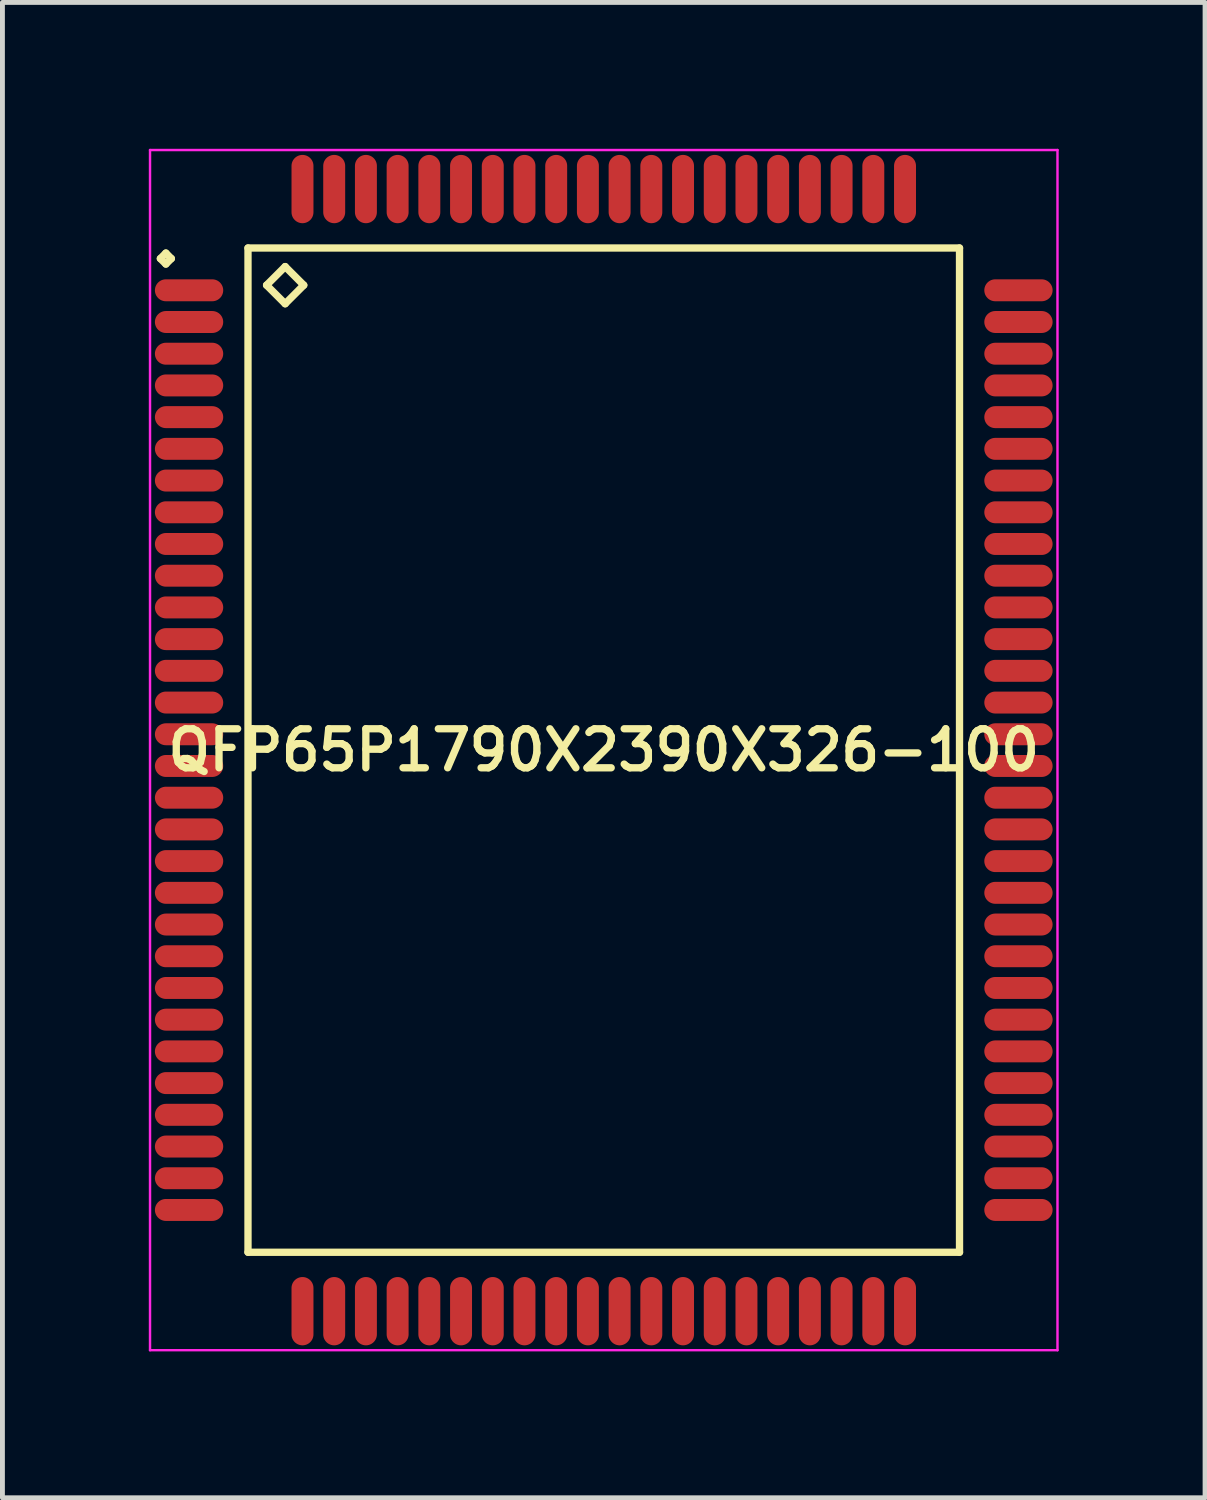
<source format=kicad_pcb>
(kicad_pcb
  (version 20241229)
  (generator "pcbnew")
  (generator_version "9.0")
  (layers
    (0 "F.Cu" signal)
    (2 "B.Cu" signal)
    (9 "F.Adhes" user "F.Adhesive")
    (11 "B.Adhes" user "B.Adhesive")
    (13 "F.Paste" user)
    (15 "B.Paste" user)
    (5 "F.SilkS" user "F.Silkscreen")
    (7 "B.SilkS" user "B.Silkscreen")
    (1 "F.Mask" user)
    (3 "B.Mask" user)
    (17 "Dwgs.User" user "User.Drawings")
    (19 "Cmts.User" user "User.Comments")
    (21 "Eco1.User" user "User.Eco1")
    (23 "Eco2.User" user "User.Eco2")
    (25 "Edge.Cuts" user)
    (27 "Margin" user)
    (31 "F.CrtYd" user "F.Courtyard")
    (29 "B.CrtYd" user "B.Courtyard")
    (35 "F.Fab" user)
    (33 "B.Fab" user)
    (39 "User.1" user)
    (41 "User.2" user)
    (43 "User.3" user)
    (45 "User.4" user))
  (footprint "QFP65P1790X2390X326-100"
    (layer "F.Cu")
    (at 9.325 12.325)
    (property "Reference" "QFP65P1790X2390X326-100" (at 0 0 0) (layer "F.SilkS") (effects (font (size 0.8 0.8) (thickness 0.15))))
    (attr smd)
    (fp_line (start -9.088 -10.075) (end -8.975 -10.188) (stroke (width 0.15) (type solid)) (layer "F.SilkS"))
    (fp_line (start -8.975 -10.188) (end -8.863 -10.075) (stroke (width 0.15) (type solid)) (layer "F.SilkS"))
    (fp_line (start -8.975 -9.963) (end -9.088 -10.075) (stroke (width 0.15) (type solid)) (layer "F.SilkS"))
    (fp_line (start -8.863 -10.075) (end -8.975 -9.963) (stroke (width 0.15) (type solid)) (layer "F.SilkS"))
    (fp_line (start -7.292 -10.292) (end -7.292 10.292) (stroke (width 0.15) (type solid)) (layer "F.SilkS"))
    (fp_line (start -7.292 10.292) (end 7.292 10.292) (stroke (width 0.15) (type solid)) (layer "F.SilkS"))
    (fp_line (start -6.911 -9.53) (end -6.53 -9.911) (stroke (width 0.15) (type solid)) (layer "F.SilkS"))
    (fp_line (start -6.53 -9.911) (end -6.149 -9.53) (stroke (width 0.15) (type solid)) (layer "F.SilkS"))
    (fp_line (start -6.53 -9.149) (end -6.911 -9.53) (stroke (width 0.15) (type solid)) (layer "F.SilkS"))
    (fp_line (start -6.149 -9.53) (end -6.53 -9.149) (stroke (width 0.15) (type solid)) (layer "F.SilkS"))
    (fp_line (start 7.292 -10.292) (end -7.292 -10.292) (stroke (width 0.15) (type solid)) (layer "F.SilkS"))
    (fp_line (start 7.292 10.292) (end 7.292 -10.292) (stroke (width 0.15) (type solid)) (layer "F.SilkS"))
    (fp_line (start -9.3 -12.3) (end 9.3 -12.3) (stroke (width 0.05) (type solid)) (layer "F.CrtYd"))
    (fp_line (start -9.3 12.3) (end -9.3 -12.3) (stroke (width 0.05) (type solid)) (layer "F.CrtYd"))
    (fp_line (start 9.3 -12.3) (end 9.3 12.3) (stroke (width 0.05) (type solid)) (layer "F.CrtYd"))
    (fp_line (start 9.3 12.3) (end -9.3 12.3) (stroke (width 0.05) (type solid)) (layer "F.CrtYd"))
    (pad "1" smd oval (at -8.5 -9.425) (size 1.4 0.45) (layers "F.Cu" "F.Mask" "F.Paste"))
    (pad "2" smd oval (at -8.5 -8.775) (size 1.4 0.45) (layers "F.Cu" "F.Mask" "F.Paste"))
    (pad "3" smd oval (at -8.5 -8.125) (size 1.4 0.45) (layers "F.Cu" "F.Mask" "F.Paste"))
    (pad "4" smd oval (at -8.5 -7.475) (size 1.4 0.45) (layers "F.Cu" "F.Mask" "F.Paste"))
    (pad "5" smd oval (at -8.5 -6.825) (size 1.4 0.45) (layers "F.Cu" "F.Mask" "F.Paste"))
    (pad "6" smd oval (at -8.5 -6.175) (size 1.4 0.45) (layers "F.Cu" "F.Mask" "F.Paste"))
    (pad "7" smd oval (at -8.5 -5.525) (size 1.4 0.45) (layers "F.Cu" "F.Mask" "F.Paste"))
    (pad "8" smd oval (at -8.5 -4.875) (size 1.4 0.45) (layers "F.Cu" "F.Mask" "F.Paste"))
    (pad "9" smd oval (at -8.5 -4.225) (size 1.4 0.45) (layers "F.Cu" "F.Mask" "F.Paste"))
    (pad "10" smd oval (at -8.5 -3.575) (size 1.4 0.45) (layers "F.Cu" "F.Mask" "F.Paste"))
    (pad "11" smd oval (at -8.5 -2.925) (size 1.4 0.45) (layers "F.Cu" "F.Mask" "F.Paste"))
    (pad "12" smd oval (at -8.5 -2.275) (size 1.4 0.45) (layers "F.Cu" "F.Mask" "F.Paste"))
    (pad "13" smd oval (at -8.5 -1.625) (size 1.4 0.45) (layers "F.Cu" "F.Mask" "F.Paste"))
    (pad "14" smd oval (at -8.5 -0.975) (size 1.4 0.45) (layers "F.Cu" "F.Mask" "F.Paste"))
    (pad "15" smd oval (at -8.5 -0.325) (size 1.4 0.45) (layers "F.Cu" "F.Mask" "F.Paste"))
    (pad "16" smd oval (at -8.5 0.325) (size 1.4 0.45) (layers "F.Cu" "F.Mask" "F.Paste"))
    (pad "17" smd oval (at -8.5 0.975) (size 1.4 0.45) (layers "F.Cu" "F.Mask" "F.Paste"))
    (pad "18" smd oval (at -8.5 1.625) (size 1.4 0.45) (layers "F.Cu" "F.Mask" "F.Paste"))
    (pad "19" smd oval (at -8.5 2.275) (size 1.4 0.45) (layers "F.Cu" "F.Mask" "F.Paste"))
    (pad "20" smd oval (at -8.5 2.925) (size 1.4 0.45) (layers "F.Cu" "F.Mask" "F.Paste"))
    (pad "21" smd oval (at -8.5 3.575) (size 1.4 0.45) (layers "F.Cu" "F.Mask" "F.Paste"))
    (pad "22" smd oval (at -8.5 4.225) (size 1.4 0.45) (layers "F.Cu" "F.Mask" "F.Paste"))
    (pad "23" smd oval (at -8.5 4.875) (size 1.4 0.45) (layers "F.Cu" "F.Mask" "F.Paste"))
    (pad "24" smd oval (at -8.5 5.525) (size 1.4 0.45) (layers "F.Cu" "F.Mask" "F.Paste"))
    (pad "25" smd oval (at -8.5 6.175) (size 1.4 0.45) (layers "F.Cu" "F.Mask" "F.Paste"))
    (pad "26" smd oval (at -8.5 6.825) (size 1.4 0.45) (layers "F.Cu" "F.Mask" "F.Paste"))
    (pad "27" smd oval (at -8.5 7.475) (size 1.4 0.45) (layers "F.Cu" "F.Mask" "F.Paste"))
    (pad "28" smd oval (at -8.5 8.125) (size 1.4 0.45) (layers "F.Cu" "F.Mask" "F.Paste"))
    (pad "29" smd oval (at -8.5 8.775) (size 1.4 0.45) (layers "F.Cu" "F.Mask" "F.Paste"))
    (pad "30" smd oval (at -8.5 9.425) (size 1.4 0.45) (layers "F.Cu" "F.Mask" "F.Paste"))
    (pad "31" smd oval (at -6.175 11.5) (size 0.45 1.4) (layers "F.Cu" "F.Mask" "F.Paste"))
    (pad "32" smd oval (at -5.525 11.5) (size 0.45 1.4) (layers "F.Cu" "F.Mask" "F.Paste"))
    (pad "33" smd oval (at -4.875 11.5) (size 0.45 1.4) (layers "F.Cu" "F.Mask" "F.Paste"))
    (pad "34" smd oval (at -4.225 11.5) (size 0.45 1.4) (layers "F.Cu" "F.Mask" "F.Paste"))
    (pad "35" smd oval (at -3.575 11.5) (size 0.45 1.4) (layers "F.Cu" "F.Mask" "F.Paste"))
    (pad "36" smd oval (at -2.925 11.5) (size 0.45 1.4) (layers "F.Cu" "F.Mask" "F.Paste"))
    (pad "37" smd oval (at -2.275 11.5) (size 0.45 1.4) (layers "F.Cu" "F.Mask" "F.Paste"))
    (pad "38" smd oval (at -1.625 11.5) (size 0.45 1.4) (layers "F.Cu" "F.Mask" "F.Paste"))
    (pad "39" smd oval (at -0.975 11.5) (size 0.45 1.4) (layers "F.Cu" "F.Mask" "F.Paste"))
    (pad "40" smd oval (at -0.325 11.5) (size 0.45 1.4) (layers "F.Cu" "F.Mask" "F.Paste"))
    (pad "41" smd oval (at 0.325 11.5) (size 0.45 1.4) (layers "F.Cu" "F.Mask" "F.Paste"))
    (pad "42" smd oval (at 0.975 11.5) (size 0.45 1.4) (layers "F.Cu" "F.Mask" "F.Paste"))
    (pad "43" smd oval (at 1.625 11.5) (size 0.45 1.4) (layers "F.Cu" "F.Mask" "F.Paste"))
    (pad "44" smd oval (at 2.275 11.5) (size 0.45 1.4) (layers "F.Cu" "F.Mask" "F.Paste"))
    (pad "45" smd oval (at 2.925 11.5) (size 0.45 1.4) (layers "F.Cu" "F.Mask" "F.Paste"))
    (pad "46" smd oval (at 3.575 11.5) (size 0.45 1.4) (layers "F.Cu" "F.Mask" "F.Paste"))
    (pad "47" smd oval (at 4.225 11.5) (size 0.45 1.4) (layers "F.Cu" "F.Mask" "F.Paste"))
    (pad "48" smd oval (at 4.875 11.5) (size 0.45 1.4) (layers "F.Cu" "F.Mask" "F.Paste"))
    (pad "49" smd oval (at 5.525 11.5) (size 0.45 1.4) (layers "F.Cu" "F.Mask" "F.Paste"))
    (pad "50" smd oval (at 6.175 11.5) (size 0.45 1.4) (layers "F.Cu" "F.Mask" "F.Paste"))
    (pad "51" smd oval (at 8.5 9.425) (size 1.4 0.45) (layers "F.Cu" "F.Mask" "F.Paste"))
    (pad "52" smd oval (at 8.5 8.775) (size 1.4 0.45) (layers "F.Cu" "F.Mask" "F.Paste"))
    (pad "53" smd oval (at 8.5 8.125) (size 1.4 0.45) (layers "F.Cu" "F.Mask" "F.Paste"))
    (pad "54" smd oval (at 8.5 7.475) (size 1.4 0.45) (layers "F.Cu" "F.Mask" "F.Paste"))
    (pad "55" smd oval (at 8.5 6.825) (size 1.4 0.45) (layers "F.Cu" "F.Mask" "F.Paste"))
    (pad "56" smd oval (at 8.5 6.175) (size 1.4 0.45) (layers "F.Cu" "F.Mask" "F.Paste"))
    (pad "57" smd oval (at 8.5 5.525) (size 1.4 0.45) (layers "F.Cu" "F.Mask" "F.Paste"))
    (pad "58" smd oval (at 8.5 4.875) (size 1.4 0.45) (layers "F.Cu" "F.Mask" "F.Paste"))
    (pad "59" smd oval (at 8.5 4.225) (size 1.4 0.45) (layers "F.Cu" "F.Mask" "F.Paste"))
    (pad "60" smd oval (at 8.5 3.575) (size 1.4 0.45) (layers "F.Cu" "F.Mask" "F.Paste"))
    (pad "61" smd oval (at 8.5 2.925) (size 1.4 0.45) (layers "F.Cu" "F.Mask" "F.Paste"))
    (pad "62" smd oval (at 8.5 2.275) (size 1.4 0.45) (layers "F.Cu" "F.Mask" "F.Paste"))
    (pad "63" smd oval (at 8.5 1.625) (size 1.4 0.45) (layers "F.Cu" "F.Mask" "F.Paste"))
    (pad "64" smd oval (at 8.5 0.975) (size 1.4 0.45) (layers "F.Cu" "F.Mask" "F.Paste"))
    (pad "65" smd oval (at 8.5 0.325) (size 1.4 0.45) (layers "F.Cu" "F.Mask" "F.Paste"))
    (pad "66" smd oval (at 8.5 -0.325) (size 1.4 0.45) (layers "F.Cu" "F.Mask" "F.Paste"))
    (pad "67" smd oval (at 8.5 -0.975) (size 1.4 0.45) (layers "F.Cu" "F.Mask" "F.Paste"))
    (pad "68" smd oval (at 8.5 -1.625) (size 1.4 0.45) (layers "F.Cu" "F.Mask" "F.Paste"))
    (pad "69" smd oval (at 8.5 -2.275) (size 1.4 0.45) (layers "F.Cu" "F.Mask" "F.Paste"))
    (pad "70" smd oval (at 8.5 -2.925) (size 1.4 0.45) (layers "F.Cu" "F.Mask" "F.Paste"))
    (pad "71" smd oval (at 8.5 -3.575) (size 1.4 0.45) (layers "F.Cu" "F.Mask" "F.Paste"))
    (pad "72" smd oval (at 8.5 -4.225) (size 1.4 0.45) (layers "F.Cu" "F.Mask" "F.Paste"))
    (pad "73" smd oval (at 8.5 -4.875) (size 1.4 0.45) (layers "F.Cu" "F.Mask" "F.Paste"))
    (pad "74" smd oval (at 8.5 -5.525) (size 1.4 0.45) (layers "F.Cu" "F.Mask" "F.Paste"))
    (pad "75" smd oval (at 8.5 -6.175) (size 1.4 0.45) (layers "F.Cu" "F.Mask" "F.Paste"))
    (pad "76" smd oval (at 8.5 -6.825) (size 1.4 0.45) (layers "F.Cu" "F.Mask" "F.Paste"))
    (pad "77" smd oval (at 8.5 -7.475) (size 1.4 0.45) (layers "F.Cu" "F.Mask" "F.Paste"))
    (pad "78" smd oval (at 8.5 -8.125) (size 1.4 0.45) (layers "F.Cu" "F.Mask" "F.Paste"))
    (pad "79" smd oval (at 8.5 -8.775) (size 1.4 0.45) (layers "F.Cu" "F.Mask" "F.Paste"))
    (pad "80" smd oval (at 8.5 -9.425) (size 1.4 0.45) (layers "F.Cu" "F.Mask" "F.Paste"))
    (pad "81" smd oval (at 6.175 -11.5) (size 0.45 1.4) (layers "F.Cu" "F.Mask" "F.Paste"))
    (pad "82" smd oval (at 5.525 -11.5) (size 0.45 1.4) (layers "F.Cu" "F.Mask" "F.Paste"))
    (pad "83" smd oval (at 4.875 -11.5) (size 0.45 1.4) (layers "F.Cu" "F.Mask" "F.Paste"))
    (pad "84" smd oval (at 4.225 -11.5) (size 0.45 1.4) (layers "F.Cu" "F.Mask" "F.Paste"))
    (pad "85" smd oval (at 3.575 -11.5) (size 0.45 1.4) (layers "F.Cu" "F.Mask" "F.Paste"))
    (pad "86" smd oval (at 2.925 -11.5) (size 0.45 1.4) (layers "F.Cu" "F.Mask" "F.Paste"))
    (pad "87" smd oval (at 2.275 -11.5) (size 0.45 1.4) (layers "F.Cu" "F.Mask" "F.Paste"))
    (pad "88" smd oval (at 1.625 -11.5) (size 0.45 1.4) (layers "F.Cu" "F.Mask" "F.Paste"))
    (pad "89" smd oval (at 0.975 -11.5) (size 0.45 1.4) (layers "F.Cu" "F.Mask" "F.Paste"))
    (pad "90" smd oval (at 0.325 -11.5) (size 0.45 1.4) (layers "F.Cu" "F.Mask" "F.Paste"))
    (pad "91" smd oval (at -0.325 -11.5) (size 0.45 1.4) (layers "F.Cu" "F.Mask" "F.Paste"))
    (pad "92" smd oval (at -0.975 -11.5) (size 0.45 1.4) (layers "F.Cu" "F.Mask" "F.Paste"))
    (pad "93" smd oval (at -1.625 -11.5) (size 0.45 1.4) (layers "F.Cu" "F.Mask" "F.Paste"))
    (pad "94" smd oval (at -2.275 -11.5) (size 0.45 1.4) (layers "F.Cu" "F.Mask" "F.Paste"))
    (pad "95" smd oval (at -2.925 -11.5) (size 0.45 1.4) (layers "F.Cu" "F.Mask" "F.Paste"))
    (pad "96" smd oval (at -3.575 -11.5) (size 0.45 1.4) (layers "F.Cu" "F.Mask" "F.Paste"))
    (pad "97" smd oval (at -4.225 -11.5) (size 0.45 1.4) (layers "F.Cu" "F.Mask" "F.Paste"))
    (pad "98" smd oval (at -4.875 -11.5) (size 0.45 1.4) (layers "F.Cu" "F.Mask" "F.Paste"))
    (pad "99" smd oval (at -5.525 -11.5) (size 0.45 1.4) (layers "F.Cu" "F.Mask" "F.Paste"))
    (pad "100" smd oval (at -6.175 -11.5) (size 0.45 1.4) (layers "F.Cu" "F.Mask" "F.Paste")))
  (gr_rect
    (start -3 -3)
    (end 21.65 27.65)
    (stroke (width 0.1) (type default))
    (fill no)
    (layer "Edge.Cuts")))
</source>
